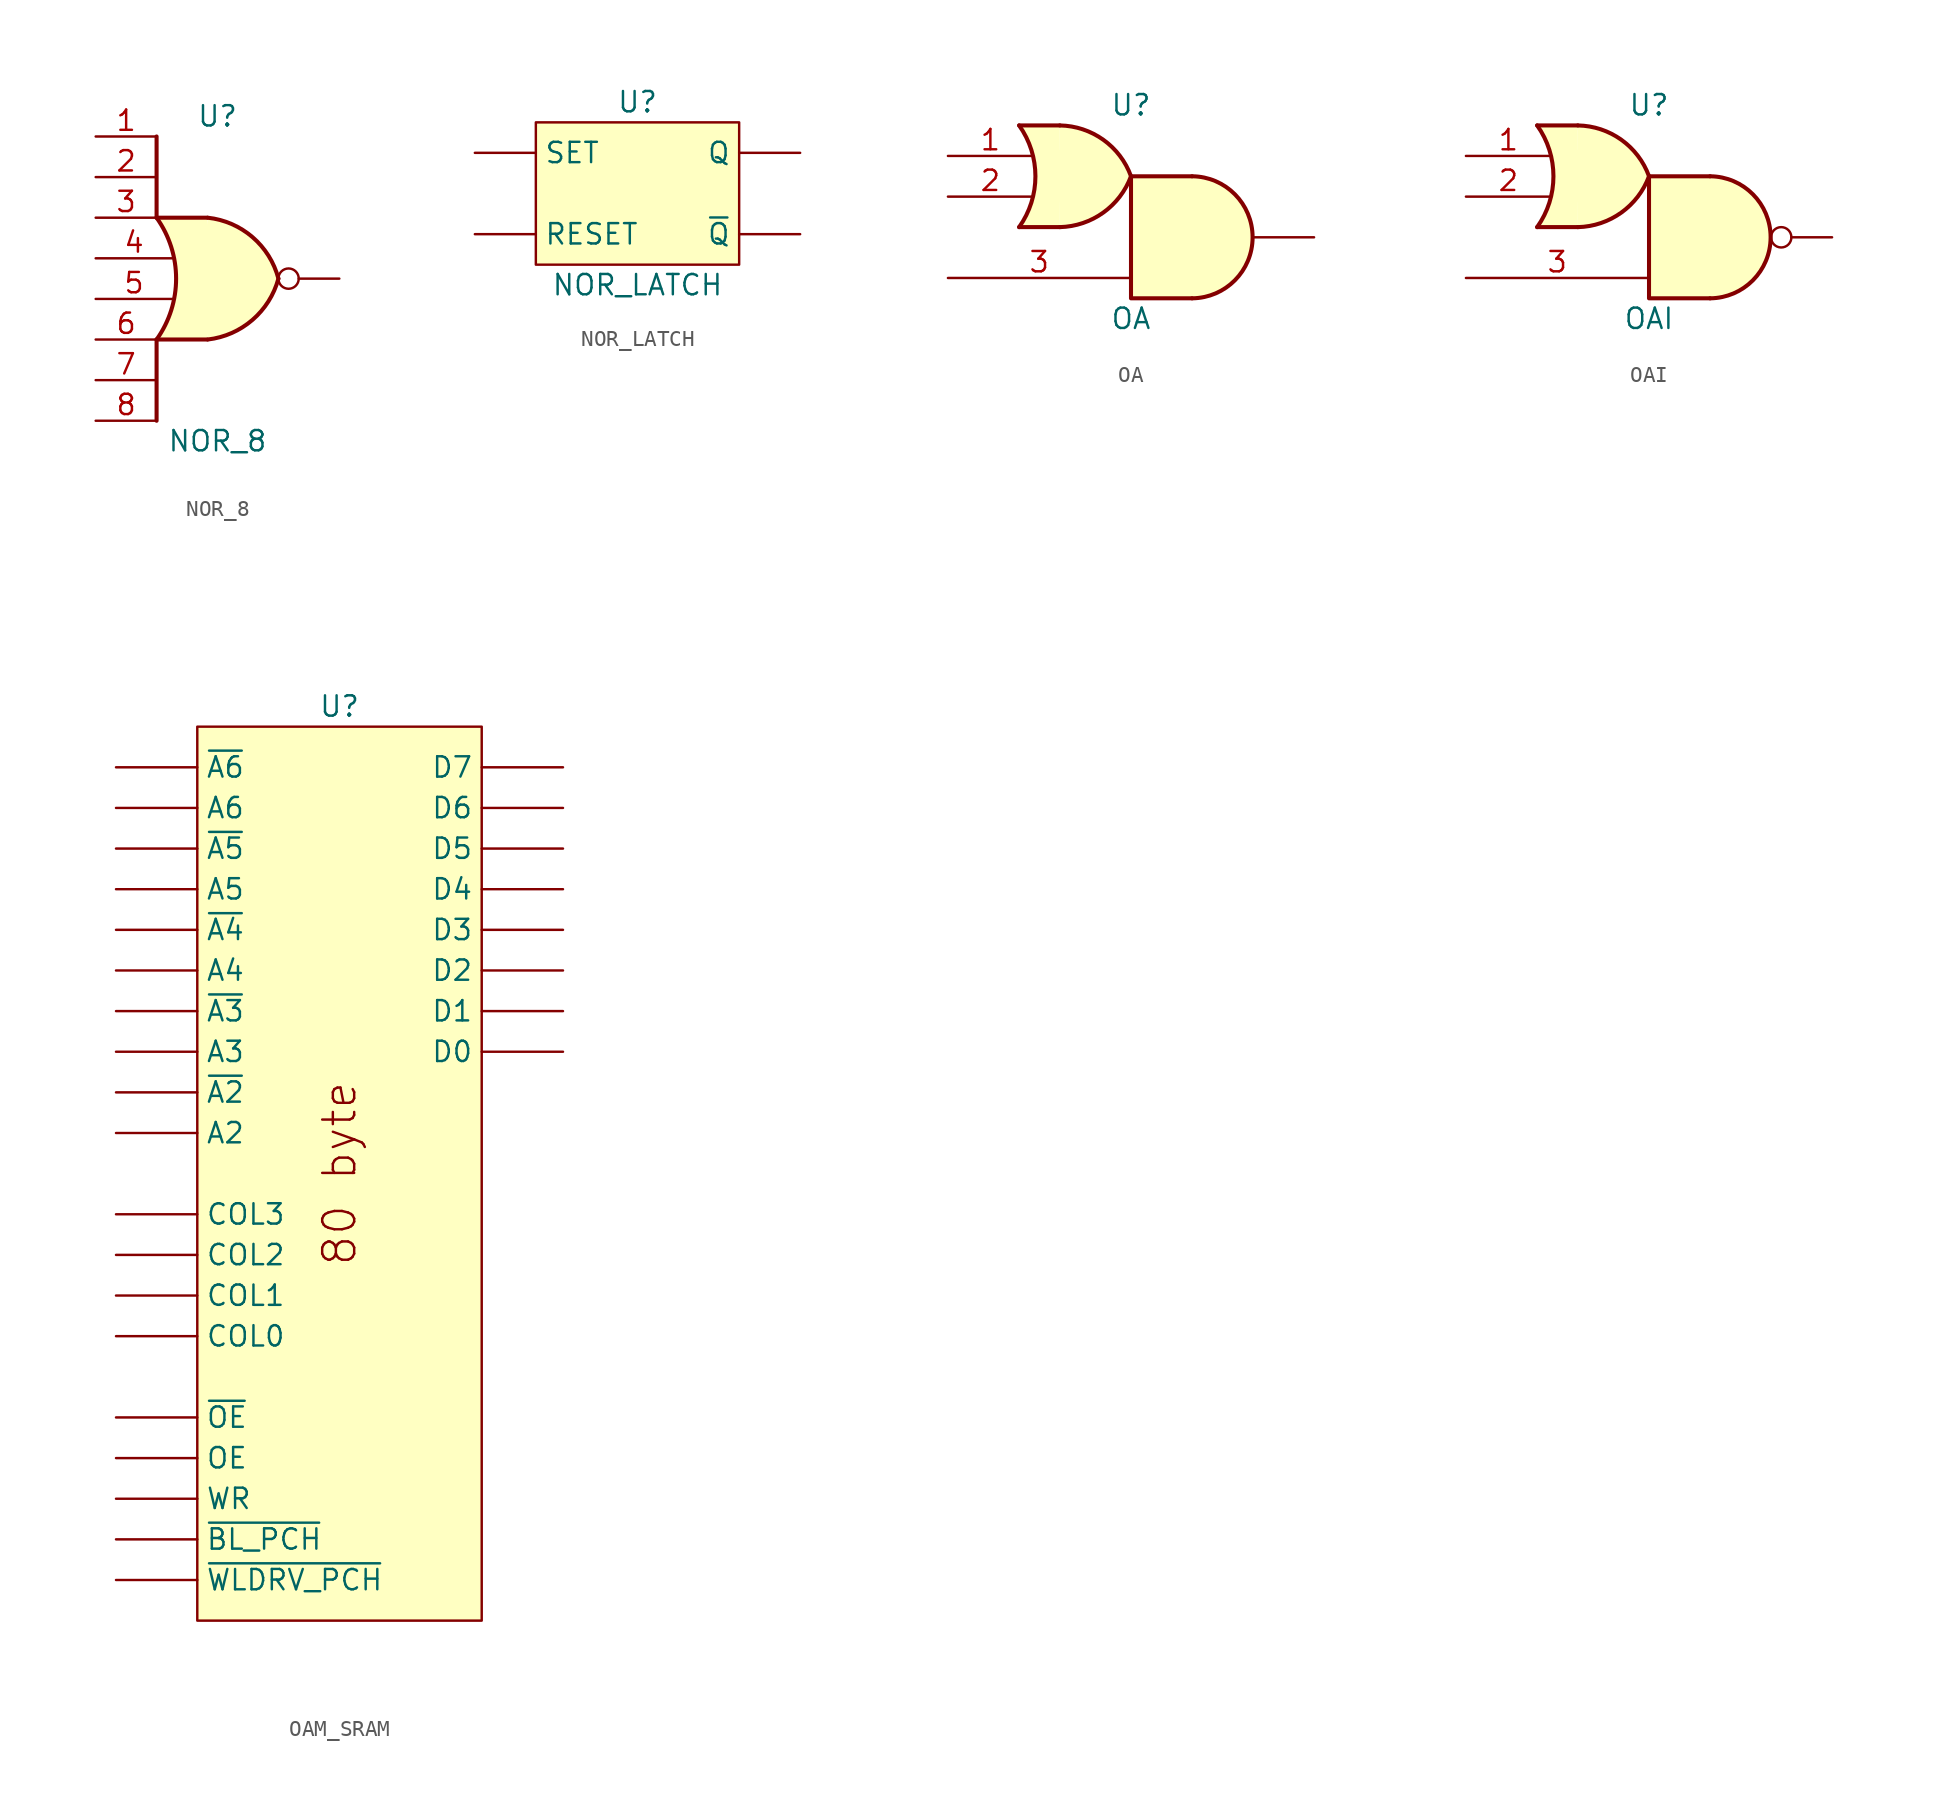
<source format=kicad_sym>
(kicad_symbol_lib
  (version 20211014)
  (generator kicad_symbol_editor)
  (symbol "NOR_8"
    (pin_names hide)
    (property "Reference" "U"
      (at 0 10.16 0)
      (effects (font (size 1.27 1.27))))
    (property "Value" "NOR_8"
      (at 0 -10.16 0)
      (effects (font (size 1.27 1.27))))
    (symbol "NOR_8_1_1"
      (arc (start -3.8102 -3.81) (mid -2.5892 0) (end -3.8102 3.81) (stroke (width 0.254) (type default) (color 0 0 0 0)) (fill (type none)))
      (arc (start -0.6098 -3.81) (mid 2.1853 -2.584) (end 3.8098 0) (stroke (width 0.254) (type default) (color 0 0 0 0)) (fill (type background)))
      (polyline (pts (xy -3.81 -3.81) (xy -3.81 -8.89)) (stroke (width 0.254) (type default) (color 0 0 0 0)) (fill (type background)))
      (polyline (pts (xy -3.81 -3.81) (xy -0.635 -3.81)) (stroke (width 0.254) (type default) (color 0 0 0 0)) (fill (type background)))
      (polyline (pts (xy -3.81 3.81) (xy -0.635 3.81)) (stroke (width 0.254) (type default) (color 0 0 0 0)) (fill (type background)))
      (polyline (pts (xy -3.81 8.89) (xy -3.81 3.81)) (stroke (width 0.254) (type default) (color 0 0 0 0)) (fill (type background)))
      (polyline (pts (xy -0.635 3.81) (xy -3.81 3.81) (xy -3.81 3.81) (xy -3.556 3.404) (xy -3.023 2.261) (xy -2.693 1.041) (xy -2.616 -0.254) (xy -2.769 -1.499) (xy -3.175 -2.718) (xy -3.81 -3.81) (xy -3.81 -3.81) (xy -0.635 -3.81)) (stroke (width -25.4) (type default) (color 0 0 0 0)) (fill (type background)))
      (arc (start 3.8098 0) (mid 2.1926 2.5925) (end -0.6098 3.81) (stroke (width 0.254) (type default) (color 0 0 0 0)) (fill (type background)))
      (pin input line (at -7.62 8.89 0) (length 3.81) (name "~" (effects (font (size 1.27 1.27)))) (number "1" (effects (font (size 1.27 1.27)))))
      (pin input line (at -7.62 6.35 0) (length 3.81) (name "~" (effects (font (size 1.27 1.27)))) (number "2" (effects (font (size 1.27 1.27)))))
      (pin input line (at -7.62 3.81 0) (length 3.81) (name "~" (effects (font (size 1.27 1.27)))) (number "3" (effects (font (size 1.27 1.27)))))
      (pin input line (at -7.62 1.27 0) (length 4.8) (name "~" (effects (font (size 1.27 1.27)))) (number "4" (effects (font (size 1.27 1.27)))))
      (pin input line (at -7.62 -1.27 0) (length 4.8) (name "~" (effects (font (size 1.27 1.27)))) (number "5" (effects (font (size 1.27 1.27)))))
      (pin input line (at -7.62 -3.81 0) (length 3.81) (name "~" (effects (font (size 1.27 1.27)))) (number "6" (effects (font (size 1.27 1.27)))))
      (pin input line (at -7.62 -6.35 0) (length 3.81) (name "~" (effects (font (size 1.27 1.27)))) (number "7" (effects (font (size 1.27 1.27)))))
      (pin input line (at -7.62 -8.89 0) (length 3.81) (name "~" (effects (font (size 1.27 1.27)))) (number "8" (effects (font (size 1.27 1.27)))))
      (pin output inverted (at 7.62 0 180) (length 3.81) (name "~" (effects (font (size 1.27 1.27)))) (number "9" (effects (font (size 0 0)))))))
  (symbol "NOR_LATCH"
    (pin_numbers hide)
    (property "Reference" "U"
      (at 0 5.715 0)
      (effects (font (size 1.27 1.27))))
    (property "Value" "NOR_LATCH"
      (at 0 -5.715 0)
      (effects (font (size 1.27 1.27))))
    (symbol "NOR_LATCH_0_1"
      (rectangle (start -6.35 4.445) (end 6.35 -4.445) (stroke (width 0) (type default) (color 0 0 0 0)) (fill (type background))))
    (symbol "NOR_LATCH_1_1"
      (pin input line (at -10.16 2.54 0) (length 3.81) (name "SET" (effects (font (size 1.27 1.27)))) (number "1" (effects (font (size 1.27 1.27)))))
      (pin output line (at 10.16 -2.54 180) (length 3.81) (name "~{Q}" (effects (font (size 1.27 1.27)))) (number "2" (effects (font (size 1.27 1.27)))))
      (pin output line (at 10.16 2.54 180) (length 3.81) (name "Q" (effects (font (size 1.27 1.27)))) (number "3" (effects (font (size 1.27 1.27)))))
      (pin input line (at -10.16 -2.54 0) (length 3.81) (name "RESET" (effects (font (size 1.27 1.27)))) (number "4" (effects (font (size 1.27 1.27)))))))
  (symbol "OA"
    (pin_names hide)
    (property "Reference" "U"
      (at 0 6.985 0)
      (effects (font (size 1.27 1.27))))
    (property "Value" "OA"
      (at 0 -6.35 0)
      (effects (font (size 1.27 1.27))))
    (symbol "OA_1_1"
      (arc (start -6.985 -0.635) (mid -5.9677 2.54) (end -6.985 5.715) (stroke (width 0.254) (type default) (color 0 0 0 0)) (fill (type none)))
      (arc (start -4.445 -0.635) (mid -1.7349 0.2698) (end -0.0002 2.54) (stroke (width 0.254) (type default) (color 0 0 0 0)) (fill (type background)))
      (polyline (pts (xy -6.985 -0.635) (xy -4.445 -0.635)) (stroke (width 0.254) (type default) (color 0 0 0 0)) (fill (type background)))
      (polyline (pts (xy -6.985 5.715) (xy -4.445 5.715)) (stroke (width 0.254) (type default) (color 0 0 0 0)) (fill (type background)))
      (polyline (pts (xy 3.81 2.54) (xy 0 2.54) (xy 0 -5.08) (xy 3.81 -5.08)) (stroke (width 0.254) (type default) (color 0 0 0 0)) (fill (type background)))
      (polyline (pts (xy -4.445 5.715) (xy -6.96 5.69) (xy -6.553 5.029) (xy -6.248 4.318) (xy -6.096 3.658) (xy -5.944 2.946) (xy -5.944 2.134) (xy -6.045 1.422) (xy -6.35 0.559) (xy -6.604 0) (xy -6.909 -0.61) (xy -4.445 -0.635)) (stroke (width -25.4) (type default) (color 0 0 0 0)) (fill (type background)))
      (arc (start -0.0002 2.54) (mid -1.7288 4.8188) (end -4.445 5.715) (stroke (width 0.254) (type default) (color 0 0 0 0)) (fill (type background)))
      (arc (start 3.81 -5.08) (mid 7.5925 -1.27) (end 3.81 2.54) (stroke (width 0.254) (type default) (color 0 0 0 0)) (fill (type background)))
      (pin input line (at -11.43 3.81 0) (length 5.3) (name "~" (effects (font (size 1.27 1.27)))) (number "1" (effects (font (size 1.27 1.27)))))
      (pin input line (at -11.43 1.27 0) (length 5.3) (name "~" (effects (font (size 1.27 1.27)))) (number "2" (effects (font (size 1.27 1.27)))))
      (pin input line (at -11.43 -3.81 0) (length 11.4) (name "~" (effects (font (size 1.27 1.27)))) (number "3" (effects (font (size 1.27 1.27)))))
      (pin output line (at 11.43 -1.27 180) (length 3.81) (name "~" (effects (font (size 1.27 1.27)))) (number "4" (effects (font (size 0 0)))))))
  (symbol "OAI"
    (pin_names hide)
    (property "Reference" "U"
      (at 0 6.985 0)
      (effects (font (size 1.27 1.27))))
    (property "Value" "OAI"
      (at 0 -6.35 0)
      (effects (font (size 1.27 1.27))))
    (symbol "OAI_1_1"
      (arc (start -6.9841 -0.635) (mid -5.9668 2.54) (end -6.9841 5.715) (stroke (width 0.254) (type default) (color 0 0 0 0)) (fill (type none)))
      (arc (start -4.4441 -0.635) (mid -1.734 0.2698) (end 0.0007 2.54) (stroke (width 0.254) (type default) (color 0 0 0 0)) (fill (type background)))
      (polyline (pts (xy -6.984 -0.635) (xy -4.444 -0.635)) (stroke (width 0.254) (type default) (color 0 0 0 0)) (fill (type background)))
      (polyline (pts (xy -6.984 5.715) (xy -4.444 5.715)) (stroke (width 0.254) (type default) (color 0 0 0 0)) (fill (type background)))
      (polyline (pts (xy 3.811 2.54) (xy 0.001 2.54) (xy 0.001 -5.08) (xy 3.811 -5.08)) (stroke (width 0.254) (type default) (color 0 0 0 0)) (fill (type background)))
      (polyline (pts (xy -4.444 5.715) (xy -6.959 5.69) (xy -6.552 5.029) (xy -6.247 4.318) (xy -6.095 3.658) (xy -5.943 2.946) (xy -5.943 2.134) (xy -6.044 1.422) (xy -6.349 0.559) (xy -6.603 0) (xy -6.908 -0.61) (xy -4.444 -0.635)) (stroke (width -25.4) (type default) (color 0 0 0 0)) (fill (type background)))
      (arc (start 0.0007 2.54) (mid -1.7279 4.8188) (end -4.4441 5.715) (stroke (width 0.254) (type default) (color 0 0 0 0)) (fill (type background)))
      (arc (start 3.8109 -5.08) (mid 7.5934 -1.27) (end 3.8109 2.54) (stroke (width 0.254) (type default) (color 0 0 0 0)) (fill (type background)))
      (pin input line (at -11.43 3.81 0) (length 5.3) (name "~" (effects (font (size 1.27 1.27)))) (number "1" (effects (font (size 1.27 1.27)))))
      (pin input line (at -11.43 1.27 0) (length 5.3) (name "~" (effects (font (size 1.27 1.27)))) (number "2" (effects (font (size 1.27 1.27)))))
      (pin input line (at -11.43 -3.81 0) (length 11.4) (name "~" (effects (font (size 1.27 1.27)))) (number "3" (effects (font (size 1.27 1.27)))))
      (pin output inverted (at 11.43 -1.27 180) (length 3.81) (name "~" (effects (font (size 1.27 1.27)))) (number "4" (effects (font (size 0 0)))))))
  (symbol "OAM_SRAM"
    (pin_numbers hide)
    (property "Reference" "U"
      (at 0 29.21 0)
      (effects (font (size 1.27 1.27))))
    (symbol "OAM_SRAM_0_0"
      (text "80 byte" (at 0 0 900) (effects (font (size 2 2)))))
    (symbol "OAM_SRAM_0_1"
      (rectangle (start -8.89 27.94) (end 8.89 -27.94) (stroke (width 0) (type default) (color 0 0 0 0)) (fill (type background))))
    (symbol "OAM_SRAM_1_1"
      (pin input line (at -13.97 25.4 0) (length 5.08) (name "~{A6}" (effects (font (size 1.27 1.27)))) (number "1" (effects (font (size 1.27 1.27)))))
      (pin input line (at -13.97 2.54 0) (length 5.08) (name "A2" (effects (font (size 1.27 1.27)))) (number "10" (effects (font (size 1.27 1.27)))))
      (pin input line (at -13.97 -2.54 0) (length 5.08) (name "COL3" (effects (font (size 1.27 1.27)))) (number "11" (effects (font (size 1.27 1.27)))))
      (pin input line (at -13.97 -5.08 0) (length 5.08) (name "COL2" (effects (font (size 1.27 1.27)))) (number "12" (effects (font (size 1.27 1.27)))))
      (pin input line (at -13.97 -7.62 0) (length 5.08) (name "COL1" (effects (font (size 1.27 1.27)))) (number "13" (effects (font (size 1.27 1.27)))))
      (pin input line (at -13.97 -10.16 0) (length 5.08) (name "COL0" (effects (font (size 1.27 1.27)))) (number "14" (effects (font (size 1.27 1.27)))))
      (pin input line (at -13.97 -15.24 0) (length 5.08) (name "~{OE}" (effects (font (size 1.27 1.27)))) (number "15" (effects (font (size 1.27 1.27)))))
      (pin input line (at -13.97 -17.78 0) (length 5.08) (name "OE" (effects (font (size 1.27 1.27)))) (number "16" (effects (font (size 1.27 1.27)))))
      (pin input line (at -13.97 -20.32 0) (length 5.08) (name "WR" (effects (font (size 1.27 1.27)))) (number "17" (effects (font (size 1.27 1.27)))))
      (pin input line (at -13.97 -22.86 0) (length 5.08) (name "~{BL_PCH}" (effects (font (size 1.27 1.27)))) (number "18" (effects (font (size 1.27 1.27)))))
      (pin input line (at -13.97 -25.4 0) (length 5.08) (name "~{WLDRV_PCH}" (effects (font (size 1.27 1.27)))) (number "19" (effects (font (size 1.27 1.27)))))
      (pin input line (at -13.97 22.86 0) (length 5.08) (name "A6" (effects (font (size 1.27 1.27)))) (number "2" (effects (font (size 1.27 1.27)))))
      (pin bidirectional line (at 13.97 25.4 180) (length 5.08) (name "D7" (effects (font (size 1.27 1.27)))) (number "20" (effects (font (size 1.27 1.27)))))
      (pin bidirectional line (at 13.97 22.86 180) (length 5.08) (name "D6" (effects (font (size 1.27 1.27)))) (number "21" (effects (font (size 1.27 1.27)))))
      (pin bidirectional line (at 13.97 20.32 180) (length 5.08) (name "D5" (effects (font (size 1.27 1.27)))) (number "22" (effects (font (size 1.27 1.27)))))
      (pin bidirectional line (at 13.97 17.78 180) (length 5.08) (name "D4" (effects (font (size 1.27 1.27)))) (number "23" (effects (font (size 1.27 1.27)))))
      (pin bidirectional line (at 13.97 15.24 180) (length 5.08) (name "D3" (effects (font (size 1.27 1.27)))) (number "24" (effects (font (size 1.27 1.27)))))
      (pin bidirectional line (at 13.97 12.7 180) (length 5.08) (name "D2" (effects (font (size 1.27 1.27)))) (number "25" (effects (font (size 1.27 1.27)))))
      (pin bidirectional line (at 13.97 10.16 180) (length 5.08) (name "D1" (effects (font (size 1.27 1.27)))) (number "26" (effects (font (size 1.27 1.27)))))
      (pin bidirectional line (at 13.97 7.62 180) (length 5.08) (name "D0" (effects (font (size 1.27 1.27)))) (number "27" (effects (font (size 1.27 1.27)))))
      (pin input line (at -13.97 20.32 0) (length 5.08) (name "~{A5}" (effects (font (size 1.27 1.27)))) (number "3" (effects (font (size 1.27 1.27)))))
      (pin input line (at -13.97 17.78 0) (length 5.08) (name "A5" (effects (font (size 1.27 1.27)))) (number "4" (effects (font (size 1.27 1.27)))))
      (pin input line (at -13.97 15.24 0) (length 5.08) (name "~{A4}" (effects (font (size 1.27 1.27)))) (number "5" (effects (font (size 1.27 1.27)))))
      (pin input line (at -13.97 12.7 0) (length 5.08) (name "A4" (effects (font (size 1.27 1.27)))) (number "6" (effects (font (size 1.27 1.27)))))
      (pin input line (at -13.97 10.16 0) (length 5.08) (name "~{A3}" (effects (font (size 1.27 1.27)))) (number "7" (effects (font (size 1.27 1.27)))))
      (pin input line (at -13.97 7.62 0) (length 5.08) (name "A3" (effects (font (size 1.27 1.27)))) (number "8" (effects (font (size 1.27 1.27)))))
      (pin input line (at -13.97 5.08 0) (length 5.08) (name "~{A2}" (effects (font (size 1.27 1.27)))) (number "9" (effects (font (size 1.27 1.27))))))))
</source>
